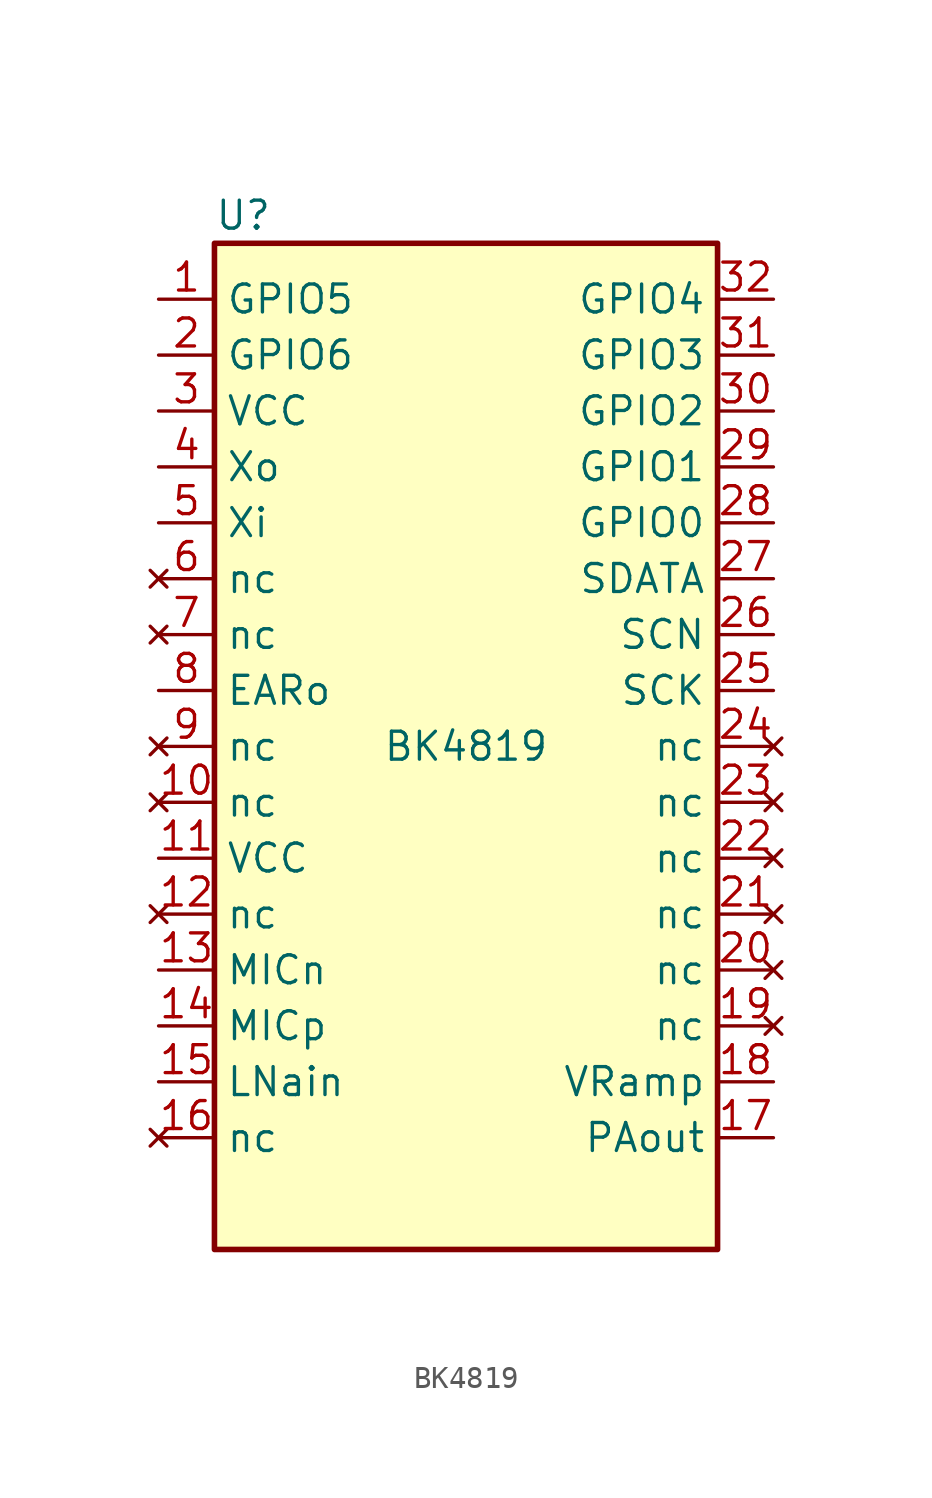
<source format=kicad_sym>
(kicad_symbol_lib
  (version 20220914)
  (generator kicad_symbol_editor)
  (symbol "BK4819"
    (property "Reference" "U"
      (at -11.43 24.13 0)
      (effects (font (size 1.27 1.27)) (justify left)))
    (property "Value" "BK4819"
      (at 0 0 0)
      (effects (font (size 1.27 1.27))))
    (property "ki_locked" ""
      (at 0 0 0)
      (effects (font (size 1.27 1.27))))
    (symbol "BK4819_0_1"
      (rectangle (start -11.43 22.86) (end 11.43 -22.86) (stroke (width 0.254) (type default)) (fill (type background))))
    (symbol "BK4819_1_1"
      (pin bidirectional line (at -13.97 20.32 0) (length 2.54) (name "GPIO5" (effects (font (size 1.27 1.27)))) (number "1" (effects (font (size 1.27 1.27)))))
      (pin no_connect line (at -13.97 -2.54 0) (length 2.54) (name "nc" (effects (font (size 1.27 1.27)))) (number "10" (effects (font (size 1.27 1.27)))) (alternate "ADC_IN4" bidirectional line) (alternate "SPI1_NSS" bidirectional line) (alternate "TIM14_CH1" bidirectional line) (alternate "USART1_CK" bidirectional line))
      (pin power_in line (at -13.97 -5.08 0) (length 2.54) (name "VCC" (effects (font (size 1.27 1.27)))) (number "11" (effects (font (size 1.27 1.27)))) (alternate "ADC_IN5" bidirectional line) (alternate "SPI1_SCK" bidirectional line))
      (pin no_connect line (at -13.97 -7.62 0) (length 2.54) (name "nc" (effects (font (size 1.27 1.27)))) (number "12" (effects (font (size 1.27 1.27)))) (alternate "ADC_IN6" bidirectional line) (alternate "SPI1_MISO" bidirectional line) (alternate "TIM16_CH1" bidirectional line) (alternate "TIM1_BKIN" bidirectional line) (alternate "TIM3_CH1" bidirectional line))
      (pin input line (at -13.97 -10.16 0) (length 2.54) (name "MICn" (effects (font (size 1.27 1.27)))) (number "13" (effects (font (size 1.27 1.27)))) (alternate "ADC_IN7" bidirectional line) (alternate "SPI1_MOSI" bidirectional line) (alternate "TIM14_CH1" bidirectional line) (alternate "TIM17_CH1" bidirectional line) (alternate "TIM1_CH1N" bidirectional line) (alternate "TIM3_CH2" bidirectional line))
      (pin input line (at -13.97 -12.7 0) (length 2.54) (name "MICp" (effects (font (size 1.27 1.27)))) (number "14" (effects (font (size 1.27 1.27)))) (alternate "ADC_IN8" bidirectional line) (alternate "TIM1_CH2N" bidirectional line) (alternate "TIM3_CH3" bidirectional line))
      (pin input line (at -13.97 -15.24 0) (length 2.54) (name "LNain" (effects (font (size 1.27 1.27)))) (number "15" (effects (font (size 1.27 1.27)))) (alternate "ADC_IN9" bidirectional line) (alternate "TIM14_CH1" bidirectional line) (alternate "TIM1_CH3N" bidirectional line) (alternate "TIM3_CH4" bidirectional line))
      (pin no_connect line (at -13.97 -17.78 0) (length 2.54) (name "nc" (effects (font (size 1.27 1.27)))) (number "16" (effects (font (size 1.27 1.27)))))
      (pin output line (at 13.97 -17.78 180) (length 2.54) (name "PAout" (effects (font (size 1.27 1.27)))) (number "17" (effects (font (size 1.27 1.27)))))
      (pin output line (at 13.97 -15.24 180) (length 2.54) (name "VRamp" (effects (font (size 1.27 1.27)))) (number "18" (effects (font (size 1.27 1.27)))) (alternate "RCC_MCO" bidirectional line) (alternate "TIM1_CH1" bidirectional line) (alternate "USART1_CK" bidirectional line))
      (pin no_connect line (at 13.97 -12.7 180) (length 2.54) (name "nc" (effects (font (size 1.27 1.27)))) (number "19" (effects (font (size 1.27 1.27)))) (alternate "I2C1_SCL" bidirectional line) (alternate "TIM1_CH2" bidirectional line) (alternate "USART1_TX" bidirectional line))
      (pin bidirectional line (at -13.97 17.78 0) (length 2.54) (name "GPIO6" (effects (font (size 1.27 1.27)))) (number "2" (effects (font (size 1.27 1.27)))) (alternate "RCC_OSC_IN" bidirectional line))
      (pin no_connect line (at 13.97 -10.16 180) (length 2.54) (name "nc" (effects (font (size 1.27 1.27)))) (number "20" (effects (font (size 1.27 1.27)))) (alternate "I2C1_SDA" bidirectional line) (alternate "TIM17_BKIN" bidirectional line) (alternate "TIM1_CH3" bidirectional line) (alternate "USART1_RX" bidirectional line))
      (pin no_connect line (at 13.97 -7.62 180) (length 2.54) (name "nc" (effects (font (size 1.27 1.27)))) (number "21" (effects (font (size 1.27 1.27)))) (alternate "TIM1_CH4" bidirectional line) (alternate "USART1_CTS" bidirectional line))
      (pin no_connect line (at 13.97 -5.08 180) (length 2.54) (name "nc" (effects (font (size 1.27 1.27)))) (number "22" (effects (font (size 1.27 1.27)))) (alternate "TIM1_ETR" bidirectional line) (alternate "USART1_DE" bidirectional line) (alternate "USART1_RTS" bidirectional line))
      (pin no_connect line (at 13.97 -2.54 180) (length 2.54) (name "nc" (effects (font (size 1.27 1.27)))) (number "23" (effects (font (size 1.27 1.27)))) (alternate "IR_OUT" bidirectional line) (alternate "SYS_SWDIO" bidirectional line))
      (pin no_connect line (at 13.97 0 180) (length 2.54) (name "nc" (effects (font (size 1.27 1.27)))) (number "24" (effects (font (size 1.27 1.27)))) (alternate "SYS_SWCLK" bidirectional line) (alternate "USART1_TX" bidirectional line))
      (pin input line (at 13.97 2.54 180) (length 2.54) (name "SCK" (effects (font (size 1.27 1.27)))) (number "25" (effects (font (size 1.27 1.27)))) (alternate "SPI1_NSS" bidirectional line) (alternate "USART1_RX" bidirectional line))
      (pin input line (at 13.97 5.08 180) (length 2.54) (name "SCN" (effects (font (size 1.27 1.27)))) (number "26" (effects (font (size 1.27 1.27)))) (alternate "SPI1_SCK" bidirectional line))
      (pin bidirectional line (at 13.97 7.62 180) (length 2.54) (name "SDATA" (effects (font (size 1.27 1.27)))) (number "27" (effects (font (size 1.27 1.27)))) (alternate "SPI1_MISO" bidirectional line) (alternate "TIM3_CH1" bidirectional line))
      (pin bidirectional line (at 13.97 10.16 180) (length 2.54) (name "GPIO0" (effects (font (size 1.27 1.27)))) (number "28" (effects (font (size 1.27 1.27)))) (alternate "I2C1_SMBA" bidirectional line) (alternate "SPI1_MOSI" bidirectional line) (alternate "TIM16_BKIN" bidirectional line) (alternate "TIM3_CH2" bidirectional line))
      (pin bidirectional line (at 13.97 12.7 180) (length 2.54) (name "GPIO1" (effects (font (size 1.27 1.27)))) (number "29" (effects (font (size 1.27 1.27)))) (alternate "I2C1_SCL" bidirectional line) (alternate "TIM16_CH1N" bidirectional line) (alternate "USART1_TX" bidirectional line))
      (pin power_in line (at -13.97 15.24 0) (length 2.54) (name "VCC" (effects (font (size 1.27 1.27)))) (number "3" (effects (font (size 1.27 1.27)))) (alternate "RCC_OSC_OUT" bidirectional line))
      (pin bidirectional line (at 13.97 15.24 180) (length 2.54) (name "GPIO2" (effects (font (size 1.27 1.27)))) (number "30" (effects (font (size 1.27 1.27)))) (alternate "I2C1_SDA" bidirectional line) (alternate "TIM17_CH1N" bidirectional line) (alternate "USART1_RX" bidirectional line))
      (pin bidirectional line (at 13.97 17.78 180) (length 2.54) (name "GPIO3" (effects (font (size 1.27 1.27)))) (number "31" (effects (font (size 1.27 1.27)))))
      (pin bidirectional line (at 13.97 20.32 180) (length 2.54) (name "GPIO4" (effects (font (size 1.27 1.27)))) (number "32" (effects (font (size 1.27 1.27)))))
      (pin output line (at -13.97 12.7 0) (length 2.54) (name "Xo" (effects (font (size 1.27 1.27)))) (number "4" (effects (font (size 1.27 1.27)))))
      (pin input line (at -13.97 10.16 0) (length 2.54) (name "Xi" (effects (font (size 1.27 1.27)))) (number "5" (effects (font (size 1.27 1.27)))))
      (pin no_connect line (at -13.97 7.62 0) (length 2.54) (name "nc" (effects (font (size 1.27 1.27)))) (number "6" (effects (font (size 1.27 1.27)))) (alternate "ADC_IN0" bidirectional line) (alternate "RTC_TAMP2" bidirectional line) (alternate "SYS_WKUP1" bidirectional line) (alternate "USART1_CTS" bidirectional line))
      (pin no_connect line (at -13.97 5.08 0) (length 2.54) (name "nc" (effects (font (size 1.27 1.27)))) (number "7" (effects (font (size 1.27 1.27)))) (alternate "ADC_IN1" bidirectional line) (alternate "USART1_DE" bidirectional line) (alternate "USART1_RTS" bidirectional line))
      (pin output line (at -13.97 2.54 0) (length 2.54) (name "EARo" (effects (font (size 1.27 1.27)))) (number "8" (effects (font (size 1.27 1.27)))) (alternate "ADC_IN2" bidirectional line) (alternate "USART1_TX" bidirectional line))
      (pin no_connect line (at -13.97 0 0) (length 2.54) (name "nc" (effects (font (size 1.27 1.27)))) (number "9" (effects (font (size 1.27 1.27)))) (alternate "ADC_IN3" bidirectional line) (alternate "USART1_RX" bidirectional line)))))
</source>
